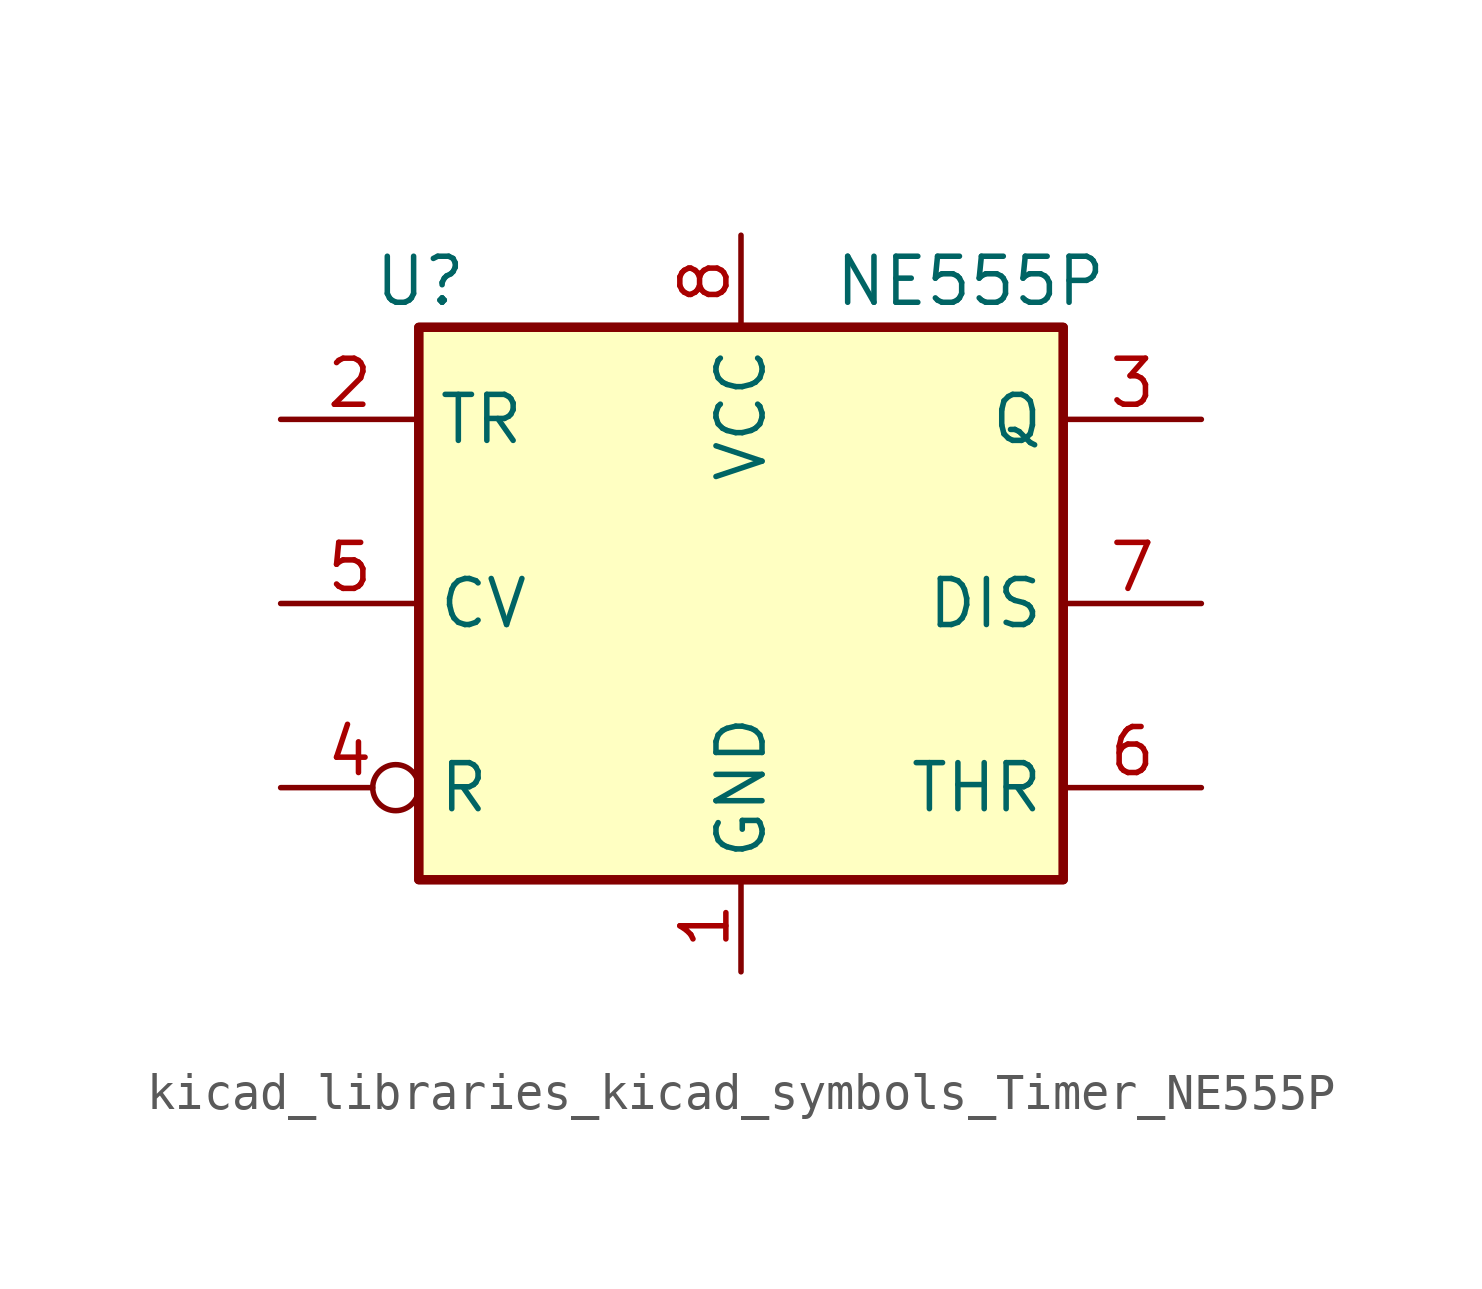
<source format=kicad_sym>
(kicad_symbol_lib
  (version 20220914)
  (generator kicad_symbol_editor)
  (symbol "kicad_libraries_kicad_symbols_Timer_NE555P"
    (property "Reference" "U"
      (at -10.16 8.89 0)
      (effects (font (size 1.27 1.27)) (justify left)))
    (property "Value" "NE555P"
      (at 2.54 8.89 0)
      (effects (font (size 1.27 1.27)) (justify left)))
    (symbol "kicad_libraries_kicad_symbols_Timer_NE555P_0_0"
      (pin power_in line (at 0 -10.16 90) (length 2.54) (name "GND" (effects (font (size 1.27 1.27)))) (number "1" (effects (font (size 1.27 1.27)))))
      (pin power_in line (at 0 10.16 270) (length 2.54) (name "VCC" (effects (font (size 1.27 1.27)))) (number "8" (effects (font (size 1.27 1.27))))))
    (symbol "kicad_libraries_kicad_symbols_Timer_NE555P_0_1"
      (rectangle (start -8.89 -7.62) (end 8.89 7.62) (stroke (width 0.254) (type default)) (fill (type background)))
      (rectangle (start -8.89 -7.62) (end 8.89 7.62) (stroke (width 0.254) (type default)) (fill (type background))))
    (symbol "kicad_libraries_kicad_symbols_Timer_NE555P_1_1"
      (pin input line (at -12.7 5.08 0) (length 3.81) (name "TR" (effects (font (size 1.27 1.27)))) (number "2" (effects (font (size 1.27 1.27)))))
      (pin output line (at 12.7 5.08 180) (length 3.81) (name "Q" (effects (font (size 1.27 1.27)))) (number "3" (effects (font (size 1.27 1.27)))))
      (pin input inverted (at -12.7 -5.08 0) (length 3.81) (name "R" (effects (font (size 1.27 1.27)))) (number "4" (effects (font (size 1.27 1.27)))))
      (pin input line (at -12.7 0 0) (length 3.81) (name "CV" (effects (font (size 1.27 1.27)))) (number "5" (effects (font (size 1.27 1.27)))))
      (pin input line (at 12.7 -5.08 180) (length 3.81) (name "THR" (effects (font (size 1.27 1.27)))) (number "6" (effects (font (size 1.27 1.27)))))
      (pin input line (at 12.7 0 180) (length 3.81) (name "DIS" (effects (font (size 1.27 1.27)))) (number "7" (effects (font (size 1.27 1.27))))))))
</source>
